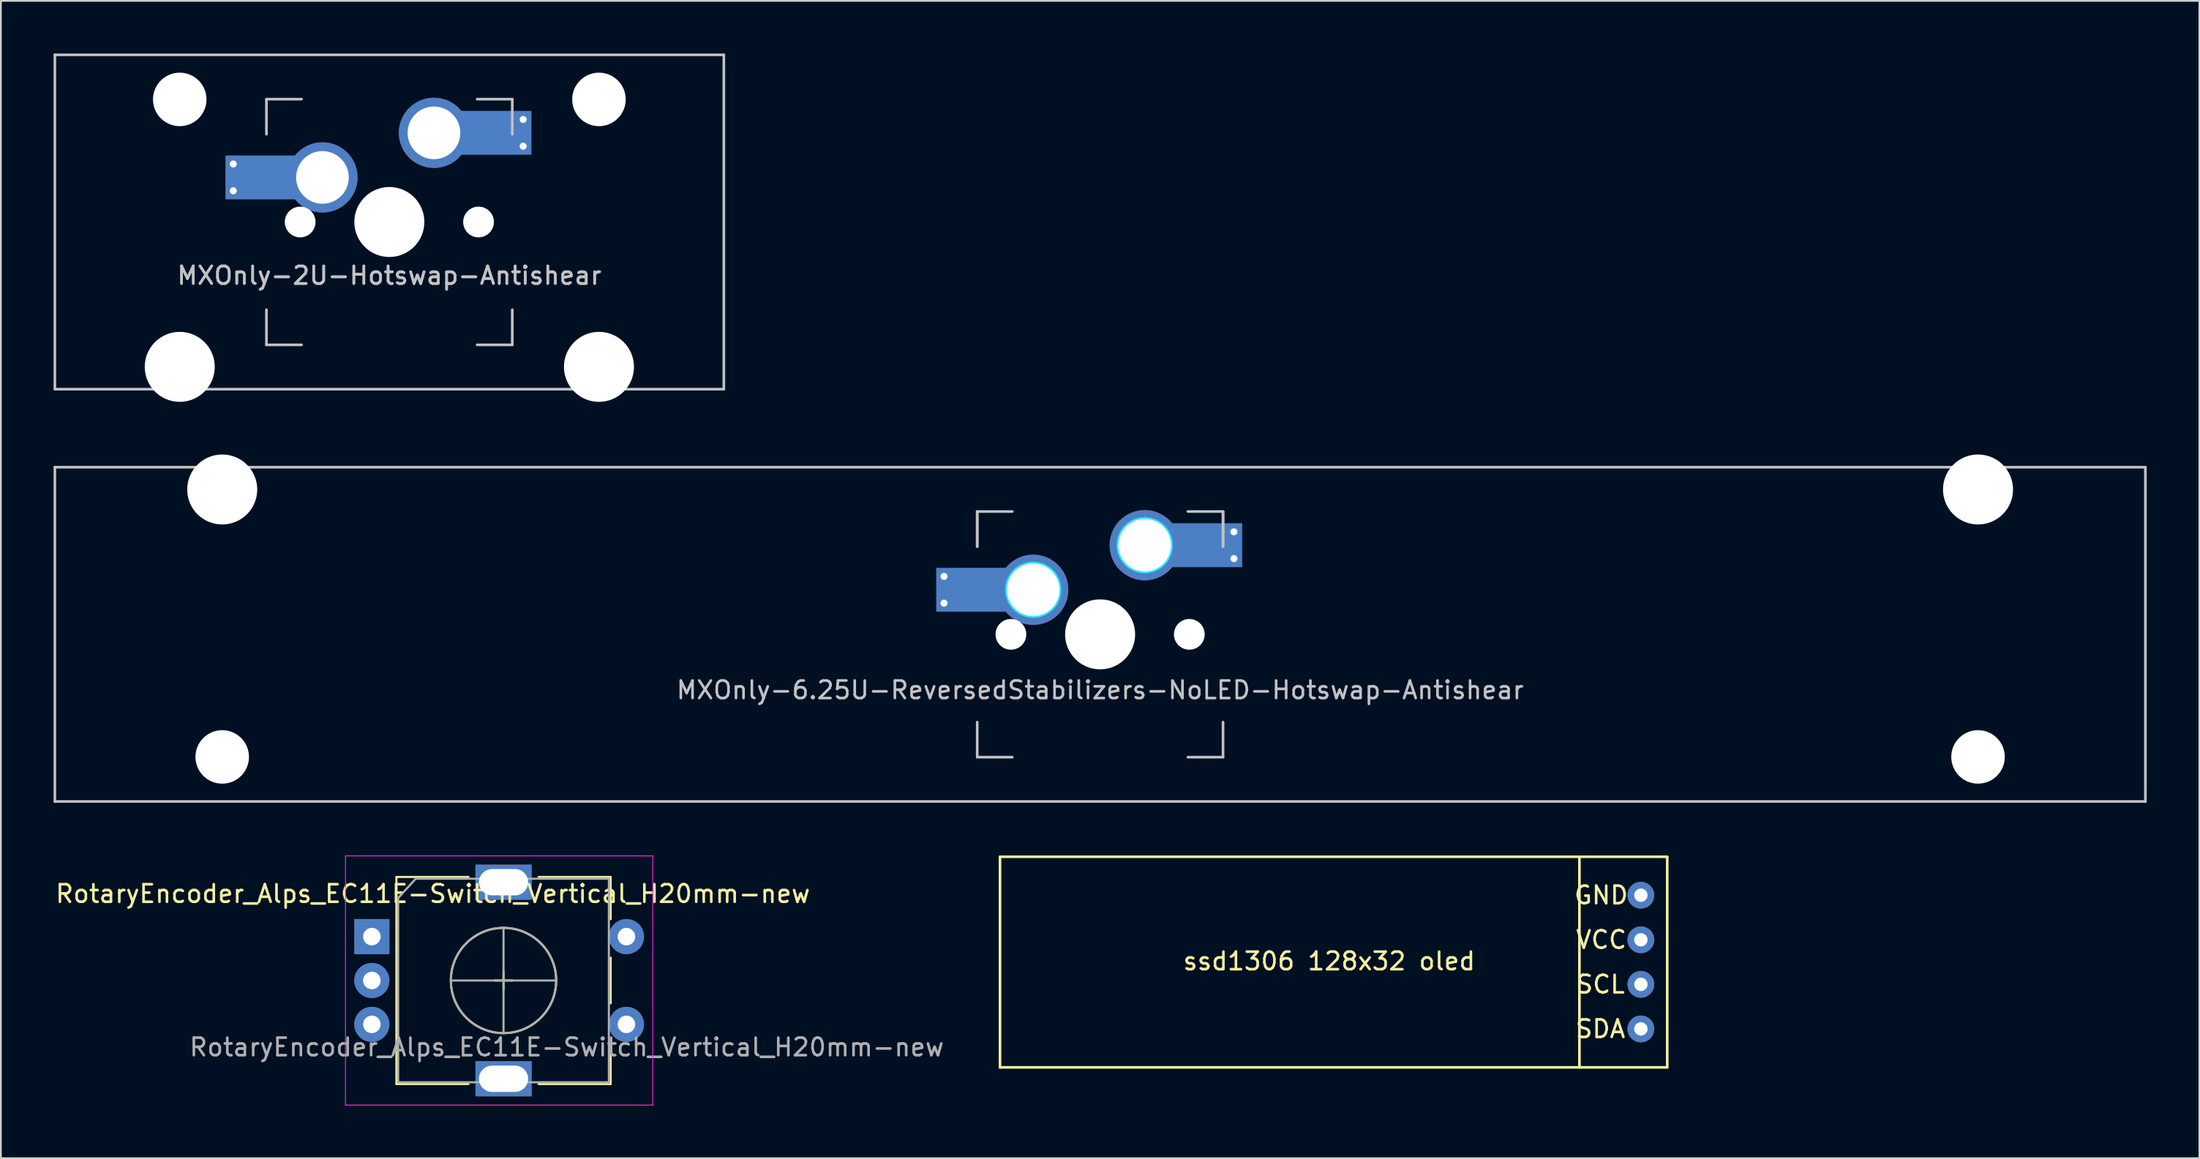
<source format=kicad_pcb>
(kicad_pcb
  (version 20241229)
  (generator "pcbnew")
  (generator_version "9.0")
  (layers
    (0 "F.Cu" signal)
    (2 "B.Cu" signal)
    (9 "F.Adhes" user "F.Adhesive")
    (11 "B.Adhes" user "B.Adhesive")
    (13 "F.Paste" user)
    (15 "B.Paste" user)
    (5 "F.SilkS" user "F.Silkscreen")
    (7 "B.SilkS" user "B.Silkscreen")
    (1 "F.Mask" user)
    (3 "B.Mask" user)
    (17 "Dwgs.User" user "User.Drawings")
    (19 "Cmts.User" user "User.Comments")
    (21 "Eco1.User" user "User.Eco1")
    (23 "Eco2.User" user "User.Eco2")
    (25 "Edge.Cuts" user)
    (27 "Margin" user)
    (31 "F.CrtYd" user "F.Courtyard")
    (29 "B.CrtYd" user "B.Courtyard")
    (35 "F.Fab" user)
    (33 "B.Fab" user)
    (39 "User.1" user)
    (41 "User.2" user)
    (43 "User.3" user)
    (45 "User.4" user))
  (footprint "MXOnly-6.25U-ReversedStabilizers-NoLED-Hotswap-Antishear"
    (layer "F.Cu")
    (at 59.606 33.098)
    (property "Reference" "MXOnly-6.25U-ReversedStabilizers-NoLED-Hotswap-Antishear" (at 0 3.175 0) (layer "Dwgs.User") (effects (font (size 1 1) (thickness 0.15))))
    (attr through_hole)
    (fp_line (start -59.531 -9.525) (end 59.531 -9.525) (stroke (width 0.15) (type solid)) (layer "Dwgs.User"))
    (fp_line (start -59.531 9.525) (end -59.531 -9.525) (stroke (width 0.15) (type solid)) (layer "Dwgs.User"))
    (fp_line (start -59.531 9.525) (end 59.531 9.525) (stroke (width 0.15) (type solid)) (layer "Dwgs.User"))
    (fp_line (start -7 -7) (end -7 -5) (stroke (width 0.15) (type solid)) (layer "Dwgs.User"))
    (fp_line (start -7 -7) (end -7 -5) (stroke (width 0.15) (type solid)) (layer "Dwgs.User"))
    (fp_line (start -7 5) (end -7 7) (stroke (width 0.15) (type solid)) (layer "Dwgs.User"))
    (fp_line (start -7 7) (end -5 7) (stroke (width 0.15) (type solid)) (layer "Dwgs.User"))
    (fp_line (start -5 -7) (end -7 -7) (stroke (width 0.15) (type solid)) (layer "Dwgs.User"))
    (fp_line (start 5 -7) (end 7 -7) (stroke (width 0.15) (type solid)) (layer "Dwgs.User"))
    (fp_line (start 5 7) (end 7 7) (stroke (width 0.15) (type solid)) (layer "Dwgs.User"))
    (fp_line (start 7 -7) (end 7 -5) (stroke (width 0.15) (type solid)) (layer "Dwgs.User"))
    (fp_line (start 7 -7) (end 7 -5) (stroke (width 0.15) (type solid)) (layer "Dwgs.User"))
    (fp_line (start 7 7) (end 7 5) (stroke (width 0.15) (type solid)) (layer "Dwgs.User"))
    (fp_line (start 59.531 -9.525) (end 59.531 9.525) (stroke (width 0.15) (type solid)) (layer "Dwgs.User"))
    (fp_circle (center -3.81 -2.54) (end -3.81 -4.064) (stroke (width 0.15) (type solid)) (fill no) (layer "B.CrtYd"))
    (fp_circle (center 2.54 -5.08) (end 2.54 -6.604) (stroke (width 0.15) (type solid)) (fill no) (layer "B.CrtYd"))
    (pad "" np_thru_hole circle (at -50 -8.255) (size 3.988 3.988) (drill 3.988) (layers "*.Cu" "*.Mask"))
    (pad "" np_thru_hole circle (at -50 6.985) (size 3.048 3.048) (drill 3.048) (layers "*.Cu" "*.Mask"))
    (pad "" smd rect (at -7.085 -2.54) (size 2.55 2.5) (layers "B.Mask" "B.Paste"))
    (pad "" np_thru_hole circle (at -5.08 0 48.1) (size 1.75 1.75) (drill 1.75) (layers "*.Cu" "*.Mask"))
    (pad "" np_thru_hole circle (at 0 0) (size 3.988 3.988) (drill 3.988) (layers "*.Cu" "*.Mask"))
    (pad "" np_thru_hole circle (at 5.08 0 48.1) (size 1.75 1.75) (drill 1.75) (layers "*.Cu" "*.Mask"))
    (pad "" smd rect (at 5.815 -5.08) (size 2.55 2.5) (layers "B.Mask" "B.Paste"))
    (pad "" np_thru_hole circle (at 50 -8.255) (size 3.988 3.988) (drill 3.988) (layers "*.Cu" "*.Mask"))
    (pad "" np_thru_hole circle (at 50 6.985) (size 3.048 3.048) (drill 3.048) (layers "*.Cu" "*.Mask"))
    (pad "1" thru_hole circle (at -8.89 -3.302) (size 0.8 0.8) (drill 0.4) (layers "*.Cu"))
    (pad "1" thru_hole circle (at -8.89 -1.778) (size 0.8 0.8) (drill 0.4) (layers "*.Cu"))
    (pad "1" smd rect (at -7.085 -2.54) (size 4.5 2.5) (layers "B.Cu"))
    (pad "1" thru_hole circle (at -3.81 -2.54) (size 4 4) (drill 3) (layers "*.Cu"))
    (pad "2" thru_hole circle (at 2.54 -5.08) (size 4 4) (drill 3) (layers "*.Cu"))
    (pad "2" smd rect (at 5.842 -5.08) (size 4.5 2.5) (layers "B.Cu"))
    (pad "2" thru_hole circle (at 7.62 -5.842) (size 0.8 0.8) (drill 0.4) (layers "*.Cu"))
    (pad "2" thru_hole circle (at 7.62 -4.318) (size 0.8 0.8) (drill 0.4) (layers "*.Cu")))
  (footprint "MXOnly-2U-Hotswap-Antishear"
    (layer "F.Cu")
    (at 19.125 9.6)
    (property "Reference" "MXOnly-2U-Hotswap-Antishear" (at 0 3.048 0) (layer "Dwgs.User") (effects (font (size 1 1) (thickness 0.15))))
    (attr smd)
    (fp_line (start -19.05 -9.525) (end 19.05 -9.525) (stroke (width 0.15) (type solid)) (layer "Dwgs.User"))
    (fp_line (start -19.05 9.525) (end -19.05 -9.525) (stroke (width 0.15) (type solid)) (layer "Dwgs.User"))
    (fp_line (start -7 -7) (end -7 -5) (stroke (width 0.15) (type solid)) (layer "Dwgs.User"))
    (fp_line (start -7 5) (end -7 7) (stroke (width 0.15) (type solid)) (layer "Dwgs.User"))
    (fp_line (start -7 7) (end -5 7) (stroke (width 0.15) (type solid)) (layer "Dwgs.User"))
    (fp_line (start -5 -7) (end -7 -7) (stroke (width 0.15) (type solid)) (layer "Dwgs.User"))
    (fp_line (start 5 -7) (end 7 -7) (stroke (width 0.15) (type solid)) (layer "Dwgs.User"))
    (fp_line (start 5 7) (end 7 7) (stroke (width 0.15) (type solid)) (layer "Dwgs.User"))
    (fp_line (start 7 -7) (end 7 -5) (stroke (width 0.15) (type solid)) (layer "Dwgs.User"))
    (fp_line (start 7 7) (end 7 5) (stroke (width 0.15) (type solid)) (layer "Dwgs.User"))
    (fp_line (start 19.05 -9.525) (end 19.05 9.525) (stroke (width 0.15) (type solid)) (layer "Dwgs.User"))
    (fp_line (start 19.05 9.525) (end -19.05 9.525) (stroke (width 0.15) (type solid)) (layer "Dwgs.User"))
    (fp_text user "${REFERENCE}" (at 0 3.048 0) (layer "Dwgs.User") (effects (font (size 1 1) (thickness 0.15))))
    (pad "" np_thru_hole circle (at -11.938 -6.985) (size 3.048 3.048) (drill 3.048) (layers "*.Cu" "*.Mask"))
    (pad "" np_thru_hole circle (at -11.938 8.255) (size 3.988 3.988) (drill 3.988) (layers "*.Cu" "*.Mask"))
    (pad "" smd rect (at -7.085 -2.54) (size 2.55 2.5) (layers "B.Mask" "B.Paste"))
    (pad "" np_thru_hole circle (at -5.08 0 48.1) (size 1.75 1.75) (drill 1.75) (layers "*.Cu" "*.Mask"))
    (pad "" np_thru_hole circle (at 0 0) (size 3.988 3.988) (drill 3.988) (layers "*.Cu" "*.Mask"))
    (pad "" np_thru_hole circle (at 5.08 0 48.1) (size 1.75 1.75) (drill 1.75) (layers "*.Cu" "*.Mask"))
    (pad "" smd rect (at 5.815 -5.08) (size 2.55 2.5) (layers "B.Mask" "B.Paste"))
    (pad "" np_thru_hole circle (at 11.938 -6.985) (size 3.048 3.048) (drill 3.048) (layers "*.Cu" "*.Mask"))
    (pad "" np_thru_hole circle (at 11.938 8.255) (size 3.988 3.988) (drill 3.988) (layers "*.Cu" "*.Mask"))
    (pad "1" thru_hole circle (at -8.89 -3.302) (size 0.8 0.8) (drill 0.4) (layers "*.Cu"))
    (pad "1" thru_hole circle (at -8.89 -1.778) (size 0.8 0.8) (drill 0.4) (layers "*.Cu"))
    (pad "1" smd rect (at -7.085 -2.54) (size 4.5 2.5) (layers "B.Cu"))
    (pad "1" thru_hole circle (at -3.81 -2.54) (size 4 4) (drill 3) (layers "*.Cu"))
    (pad "2" thru_hole circle (at 2.54 -5.08) (size 4 4) (drill 3) (layers "*.Cu"))
    (pad "2" smd rect (at 5.842 -5.08) (size 4.5 2.5) (layers "B.Cu"))
    (pad "2" thru_hole circle (at 7.62 -5.842) (size 0.8 0.8) (drill 0.4) (layers "*.Cu"))
    (pad "2" thru_hole circle (at 7.62 -4.318) (size 0.8 0.8) (drill 0.4) (layers "*.Cu")))
  (footprint "ssd1306 128x32 oled"
    (layer "F.Cu")
    (at 72.904 51.773)
    (property "Reference" "ssd1306 128x32 oled" (at -0.254 -0.051 0) (layer "F.SilkS") (effects (font (size 1 1) (thickness 0.15))))
    (attr through_hole)
    (fp_line (start -19 6) (end -19 -6) (stroke (width 0.15) (type solid)) (layer "F.SilkS"))
    (fp_line (start 14 6) (end 14 -6) (stroke (width 0.15) (type solid)) (layer "F.SilkS"))
    (fp_line (start 19 -6) (end -19 -6) (stroke (width 0.15) (type solid)) (layer "F.SilkS"))
    (fp_line (start 19 6) (end -19 6) (stroke (width 0.15) (type solid)) (layer "F.SilkS"))
    (fp_line (start 19 6) (end 19 -6) (stroke (width 0.15) (type solid)) (layer "F.SilkS"))
    (fp_text user "SDA" (at 15.195 3.81 0) (layer "F.SilkS") (effects (font (size 1 1) (thickness 0.15))))
    (fp_text user "SCL" (at 15.195 1.27 0) (layer "F.SilkS") (effects (font (size 1 1) (thickness 0.15))))
    (fp_text user "GND" (at 15.24 -3.81 0) (layer "F.SilkS") (effects (font (size 1 1) (thickness 0.15))))
    (fp_text user "VCC" (at 15.245 -1.27 0) (layer "F.SilkS") (effects (font (size 1 1) (thickness 0.15))))
    (pad "1" thru_hole circle (at 17.5 3.81) (size 1.524 1.524) (drill 0.762) (layers "*.Cu" "*.Mask"))
    (pad "2" thru_hole circle (at 17.5 1.27) (size 1.524 1.524) (drill 0.762) (layers "*.Cu" "*.Mask"))
    (pad "3" thru_hole circle (at 17.5 -1.27) (size 1.524 1.524) (drill 0.762) (layers "*.Cu" "*.Mask"))
    (pad "4" thru_hole circle (at 17.5 -3.81) (size 1.524 1.524) (drill 0.762) (layers "*.Cu" "*.Mask")))
  (footprint "RotaryEncoder_Alps_EC11E-Switch_Vertical_H20mm-new"
    (layer "F.Cu")
    (at 25.621 52.787)
    (property "Reference" "RotaryEncoder_Alps_EC11E-Switch_Vertical_H20mm-new" (at -4.019 -4.905 0) (layer "F.SilkS") (effects (font (size 1 1) (thickness 0.15))))
    (attr through_hole)
    (fp_line (start -6.093 -5.864) (end -6.093 5.936) (stroke (width 0.12) (type solid)) (layer "F.SilkS"))
    (fp_line (start -1.993 -5.864) (end -6.093 -5.864) (stroke (width 0.12) (type solid)) (layer "F.SilkS"))
    (fp_line (start -1.993 5.936) (end -6.093 5.936) (stroke (width 0.12) (type solid)) (layer "F.SilkS"))
    (fp_line (start -0.493 0.036) (end 0.507 0.036) (stroke (width 0.12) (type solid)) (layer "F.SilkS"))
    (fp_line (start 0.007 -0.464) (end 0.007 0.536) (stroke (width 0.12) (type solid)) (layer "F.SilkS"))
    (fp_line (start 2.007 -5.864) (end 6.107 -5.864) (stroke (width 0.12) (type solid)) (layer "F.SilkS"))
    (fp_line (start 6.107 -5.864) (end 6.107 -3.464) (stroke (width 0.12) (type solid)) (layer "F.SilkS"))
    (fp_line (start 6.107 -1.264) (end 6.107 1.336) (stroke (width 0.12) (type solid)) (layer "F.SilkS"))
    (fp_line (start 6.107 3.536) (end 6.107 5.936) (stroke (width 0.12) (type solid)) (layer "F.SilkS"))
    (fp_line (start 6.107 5.936) (end 2.007 5.936) (stroke (width 0.12) (type solid)) (layer "F.SilkS"))
    (fp_circle (center 0.007 0.036) (end 3.007 0.036) (stroke (width 0.12) (type solid)) (fill no) (layer "F.SilkS"))
    (fp_line (start -8.993 -7.064) (end -8.993 7.136) (stroke (width 0.05) (type solid)) (layer "F.CrtYd"))
    (fp_line (start -8.993 -7.064) (end 8.507 -7.064) (stroke (width 0.05) (type solid)) (layer "F.CrtYd"))
    (fp_line (start 8.507 7.136) (end -8.993 7.136) (stroke (width 0.05) (type solid)) (layer "F.CrtYd"))
    (fp_line (start 8.507 7.136) (end 8.507 -7.064) (stroke (width 0.05) (type solid)) (layer "F.CrtYd"))
    (fp_line (start -5.993 -4.664) (end -4.993 -5.764) (stroke (width 0.12) (type solid)) (layer "F.Fab"))
    (fp_line (start -5.993 5.836) (end -5.993 -4.664) (stroke (width 0.12) (type solid)) (layer "F.Fab"))
    (fp_line (start -4.993 -5.764) (end 6.007 -5.764) (stroke (width 0.12) (type solid)) (layer "F.Fab"))
    (fp_line (start -2.993 0.036) (end 3.007 0.036) (stroke (width 0.12) (type solid)) (layer "F.Fab"))
    (fp_line (start 0.007 -2.964) (end 0.007 3.036) (stroke (width 0.12) (type solid)) (layer "F.Fab"))
    (fp_line (start 6.007 -5.764) (end 6.007 5.836) (stroke (width 0.12) (type solid)) (layer "F.Fab"))
    (fp_line (start 6.007 5.836) (end -5.993 5.836) (stroke (width 0.12) (type solid)) (layer "F.Fab"))
    (fp_circle (center 0.007 0.036) (end 3.007 0.036) (stroke (width 0.12) (type solid)) (fill no) (layer "F.Fab"))
    (fp_text user "${REFERENCE}" (at 3.607 3.836 0) (layer "F.Fab") (effects (font (size 1 1) (thickness 0.15))))
    (pad "A" thru_hole rect (at -7.493 -2.464) (size 2 2) (drill 1) (layers "*.Cu" "*.Mask"))
    (pad "B" thru_hole circle (at -7.493 2.536) (size 2 2) (drill 1) (layers "*.Cu" "*.Mask"))
    (pad "C" thru_hole circle (at -7.493 0.036) (size 2 2) (drill 1) (layers "*.Cu" "*.Mask"))
    (pad "MP" thru_hole rect (at 0.007 -5.564) (size 3.2 2) (drill oval 2.8 1.5) (layers "*.Cu" "*.Mask"))
    (pad "MP" thru_hole rect (at 0.007 5.636) (size 3.2 2) (drill oval 2.8 1.5) (layers "*.Cu" "*.Mask"))
    (pad "S1" thru_hole circle (at 7.007 2.536) (size 2 2) (drill 1) (layers "*.Cu" "*.Mask"))
    (pad "S2" thru_hole circle (at 7.007 -2.464) (size 2 2) (drill 1) (layers "*.Cu" "*.Mask")))
  (gr_rect
    (start -3 -3)
    (end 122.213 62.948)
    (stroke (width 0.1) (type default))
    (fill no)
    (layer "Edge.Cuts")))
</source>
